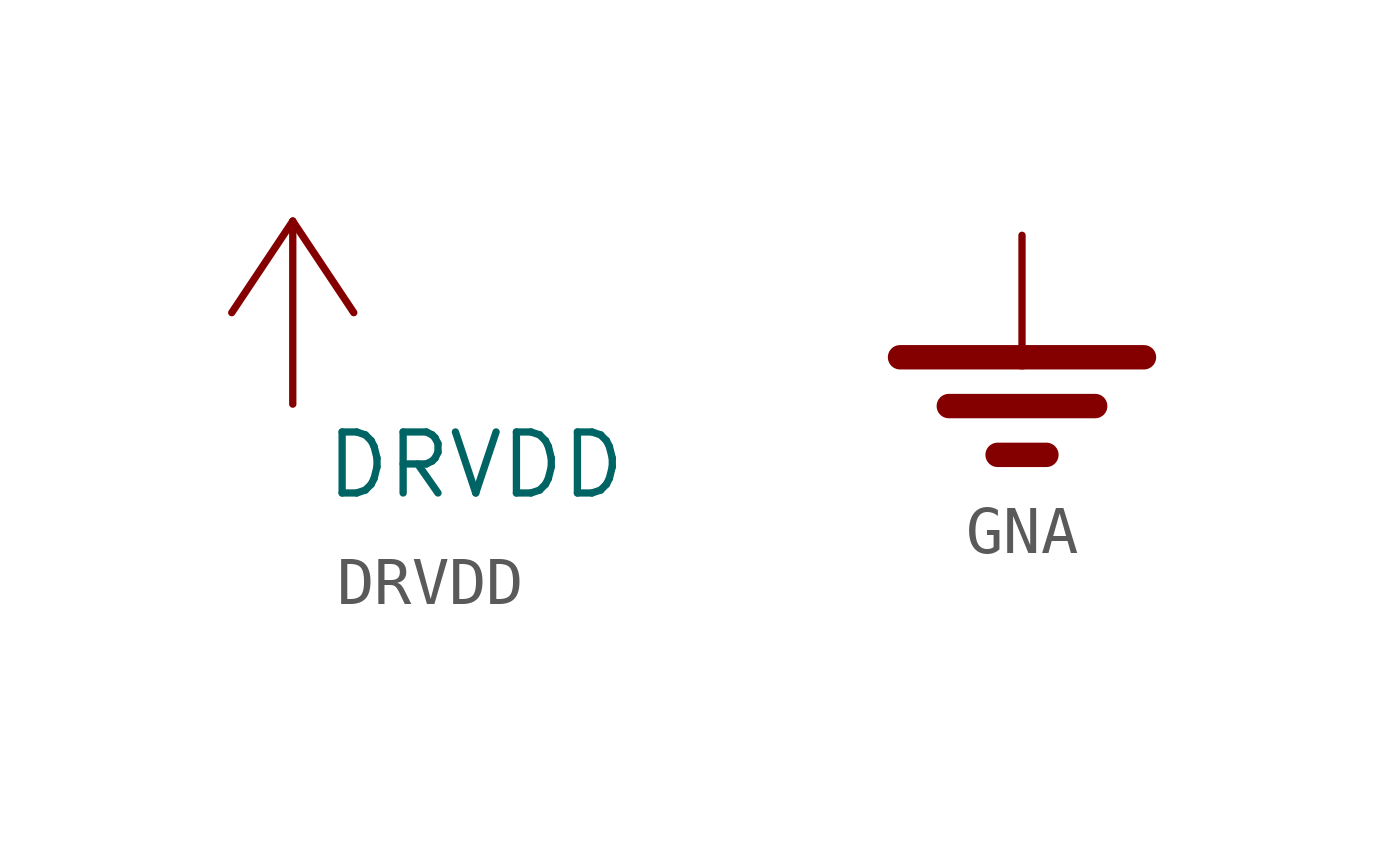
<source format=kicad_sym>
(kicad_symbol_lib
  (version 20211014)
  (generator kicad_symbol_editor)
  (symbol "DRVDD"
    (power)
    (pin_names
      (offset 0) hide)
    (property "Reference" "#PWR"
      (at 3.81 -3.81 0)
      (effects (font (size 1.27 1.27)) hide))
    (property "Value" "DRVDD"
      (at 3.81 -1.27 0)
      (effects (font (size 1.27 1.27))))
    (symbol "DRVDD_0_1"
      (polyline (pts (xy 0 3.81) (xy -1.27 1.905)) (stroke (width 0) (type default) (color 0 0 0 0)) (fill (type none)))
      (polyline (pts (xy 0 3.81) (xy 0 0)) (stroke (width 0) (type default) (color 0 0 0 0)) (fill (type none)))
      (polyline (pts (xy 0 3.81) (xy 1.27 1.905)) (stroke (width 0) (type default) (color 0 0 0 0)) (fill (type none))))
    (symbol "DRVDD_1_1"
      (pin power_in line (at 0 0 90) (length 0) hide (name "DRVDD" (effects (font (size 1.27 1.27)))) (number "1" (effects (font (size 1.27 1.27)))))))
  (symbol "GNA"
    (power)
    (pin_names
      (offset 0) hide)
    (property "Reference" "#PWR"
      (at 5.08 0 0)
      (effects (font (size 1.27 1.27)) hide))
    (symbol "GNA_0_1"
      (polyline (pts (xy -1.524 -3.556) (xy 1.524 -3.556)) (stroke (width 0.508) (type default) (color 0 0 0 0)) (fill (type none)))
      (polyline (pts (xy -0.508 -4.572) (xy 0.508 -4.572)) (stroke (width 0.508) (type default) (color 0 0 0 0)) (fill (type none)))
      (polyline (pts (xy 0 -2.54) (xy -2.54 -2.54)) (stroke (width 0.508) (type default) (color 0 0 0 0)) (fill (type none)))
      (polyline (pts (xy 0 -2.54) (xy 2.54 -2.54)) (stroke (width 0.508) (type default) (color 0 0 0 0)) (fill (type none)))
      (polyline (pts (xy 0 0) (xy 0 -2.54)) (stroke (width 0) (type default) (color 0 0 0 0)) (fill (type none))))
    (symbol "GNA_1_1"
      (pin power_in line (at 0 0 270) (length 0) hide (name "GNA" (effects (font (size 1.27 1.27)))) (number "1" (effects (font (size 1.27 1.27))))))))
</source>
